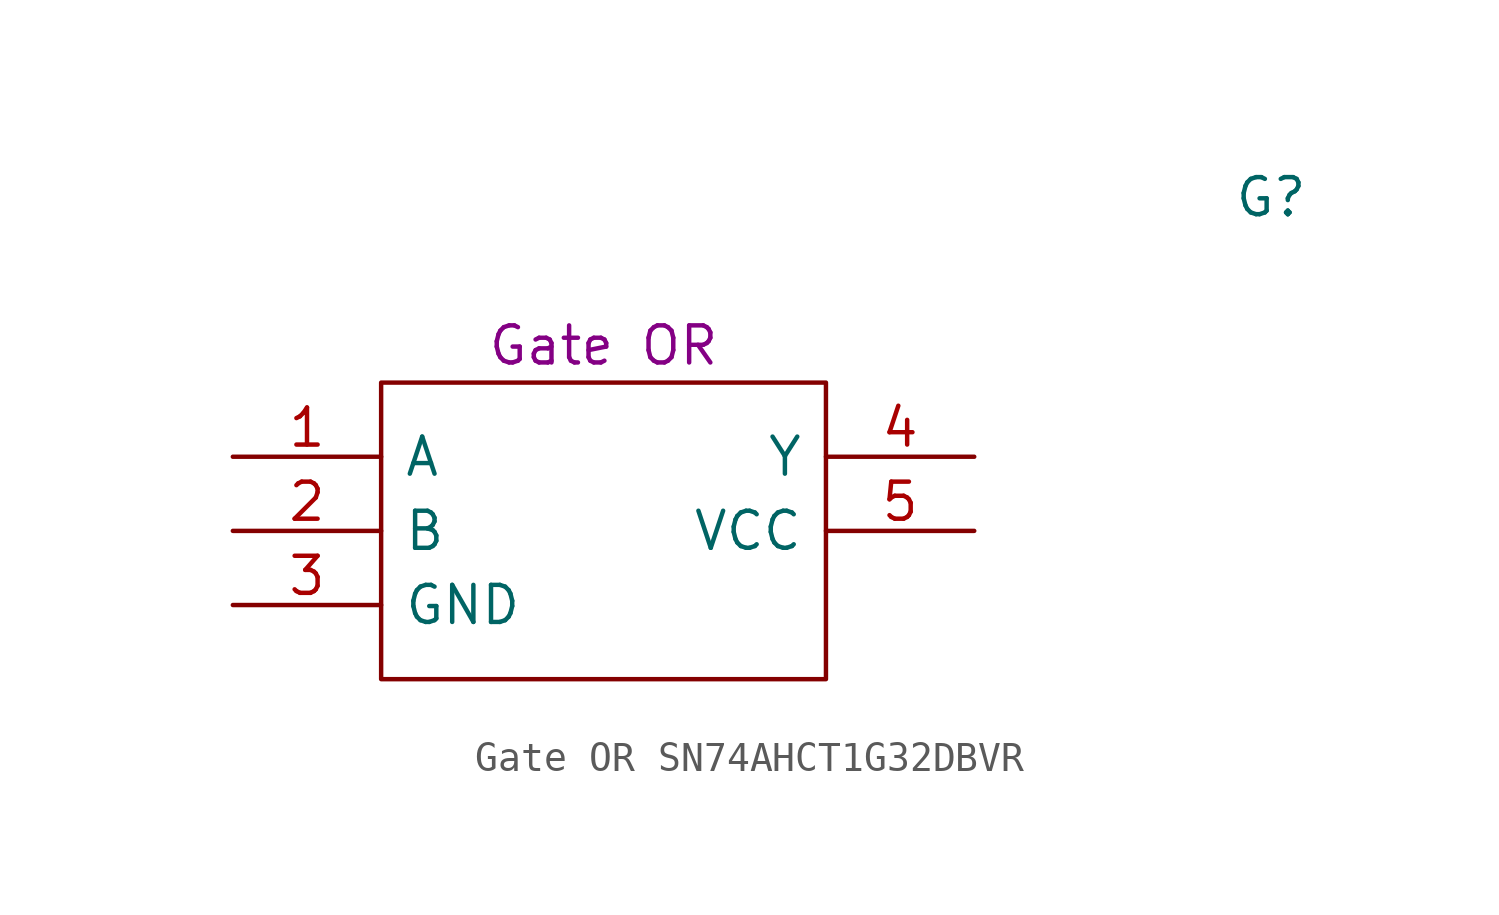
<source format=kicad_sym>
(kicad_symbol_lib
  (version 20211014)
  (generator kicad_symbol_editor)
  (symbol "Gate OR SN74AHCT1G32DBVR"
    (pin_names
      (offset 0.762))
    (property "Reference" "G"
      (at 34.29 8.89 0)
      (effects (font (size 1.27 1.27)) (justify left)))
    (property "Render Name" "Gate OR"
      (at 12.7 3.81 0)
      (effects (font (size 1.27 1.27))))
    (symbol "Gate OR SN74AHCT1G32DBVR_0_0"
      (pin passive line (at 0 0 0) (length 5.08) (name "A" (effects (font (size 1.27 1.27)))) (number "1" (effects (font (size 1.27 1.27)))))
      (pin passive line (at 0 -2.54 0) (length 5.08) (name "B" (effects (font (size 1.27 1.27)))) (number "2" (effects (font (size 1.27 1.27)))))
      (pin passive line (at 0 -5.08 0) (length 5.08) (name "GND" (effects (font (size 1.27 1.27)))) (number "3" (effects (font (size 1.27 1.27)))))
      (pin passive line (at 25.4 0 180) (length 5.08) (name "Y" (effects (font (size 1.27 1.27)))) (number "4" (effects (font (size 1.27 1.27)))))
      (pin passive line (at 25.4 -2.54 180) (length 5.08) (name "VCC" (effects (font (size 1.27 1.27)))) (number "5" (effects (font (size 1.27 1.27))))))
    (symbol "Gate OR SN74AHCT1G32DBVR_0_1"
      (polyline (pts (xy 5.08 2.54) (xy 20.32 2.54) (xy 20.32 -7.62) (xy 5.08 -7.62) (xy 5.08 2.54)) (stroke (width 0.152) (type default) (color 0 0 0 0)) (fill (type none))))))
</source>
